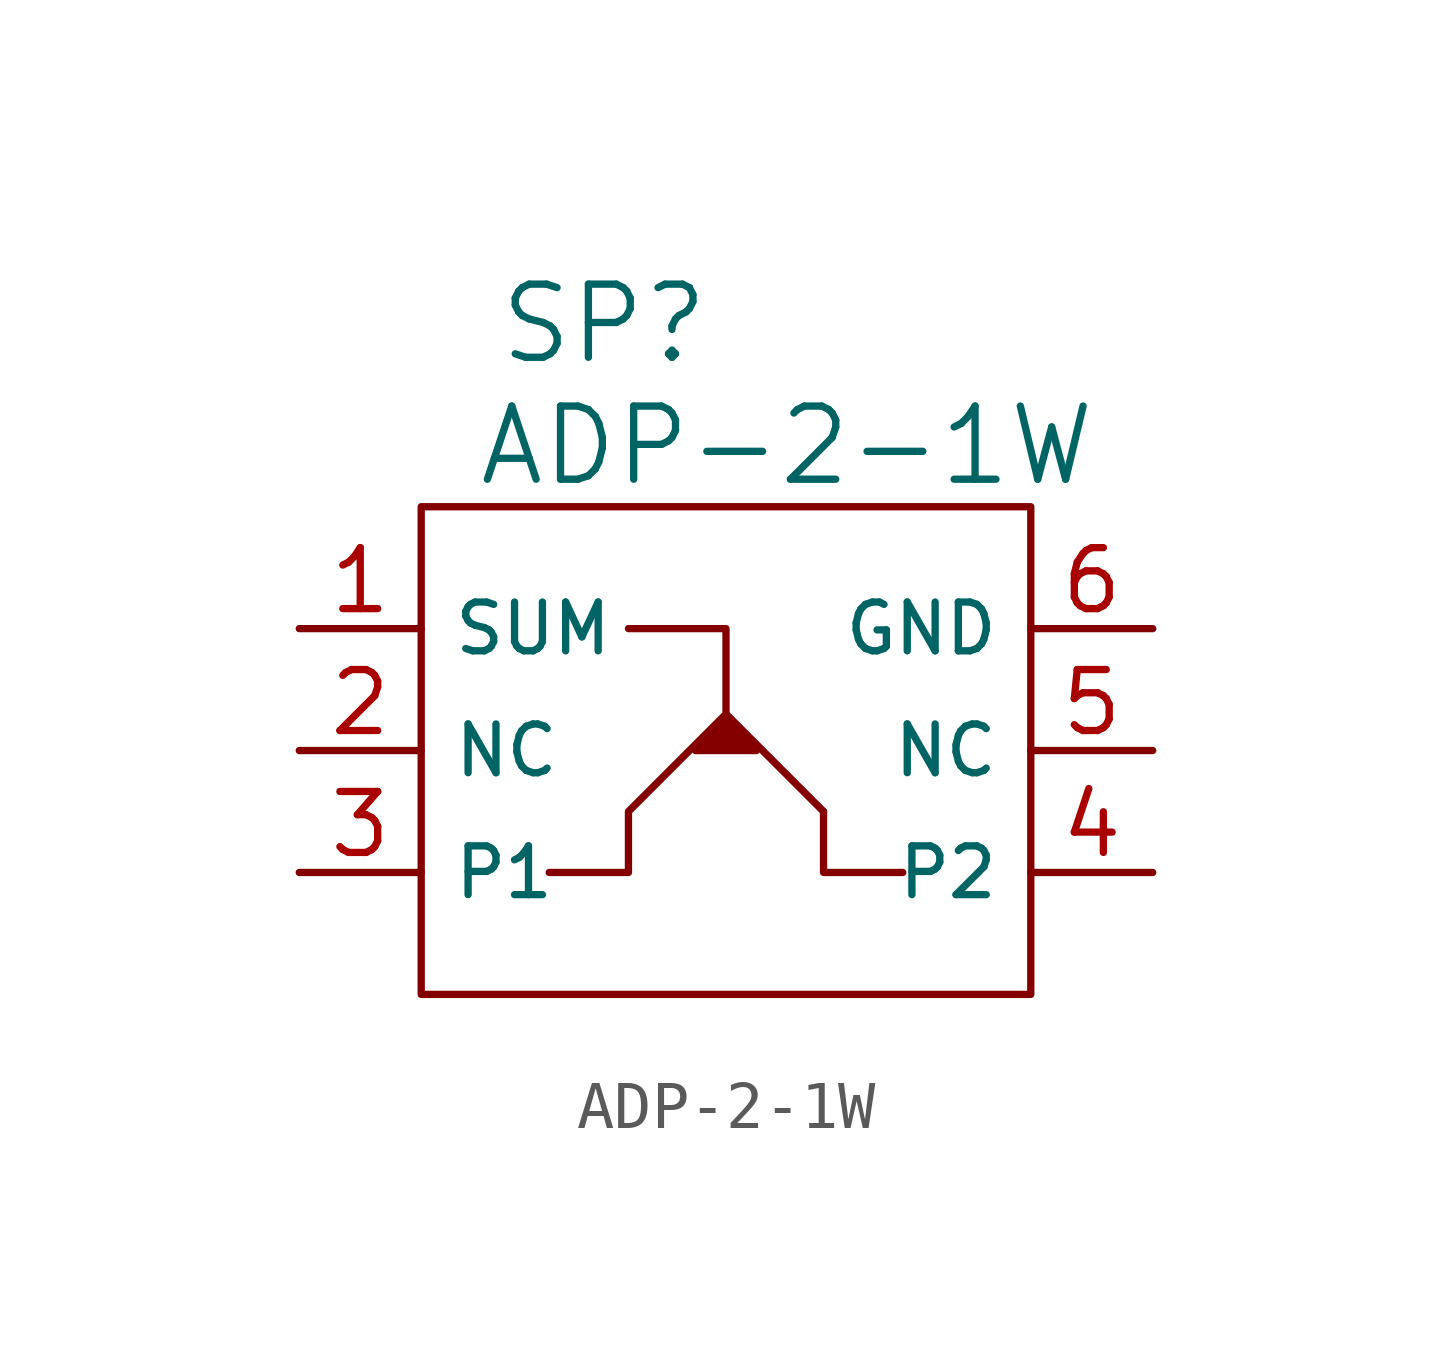
<source format=kicad_sym>
(kicad_symbol_lib
  (version 20231120)
  (generator "kicad_symbol_editor")
  (generator_version "8.0")
  (symbol "ADP-2-1W"
    (pin_names
      (offset 0.635))
    (property "Reference" "SP"
      (at -2.54 8.89 0)
      (effects (font (size 1.524 1.524))))
    (property "Value" "ADP-2-1W"
      (at 1.27 6.35 0)
      (effects (font (size 1.524 1.524))))
    (property "Footprint" ""
      (at 0 0 0)
      (effects (font (size 1.524 1.524))))
    (property "Datasheet" ""
      (at 0 0 0)
      (effects (font (size 1.524 1.524))))
    (symbol "ADP-2-1W_0_1"
      (rectangle (start -6.35 5.08) (end 6.35 -5.08) (stroke (width 0) (type default)) (fill (type none)))
      (polyline (pts (xy 0 0.762) (xy 2.032 -1.27)) (stroke (width 0) (type default)) (fill (type none)))
      (polyline (pts (xy 2.032 -1.27) (xy 2.032 -2.54) (xy 3.683 -2.54)) (stroke (width 0) (type default)) (fill (type none)))
      (polyline (pts (xy 0 0.635) (xy -0.635 0) (xy 0.635 0) (xy 0 0.635)) (stroke (width 0) (type default)) (fill (type outline)))
      (polyline (pts (xy -2.032 2.54) (xy 0 2.54) (xy 0 0.762) (xy -2.032 -1.27) (xy -2.032 -2.54) (xy -3.683 -2.54)) (stroke (width 0) (type default)) (fill (type none))))
    (symbol "ADP-2-1W_1_1"
      (pin input line (at -8.89 2.54 0) (length 2.54) (name "SUM" (effects (font (size 1.016 1.016)))) (number "1" (effects (font (size 1.27 1.27)))))
      (pin input line (at -8.89 0 0) (length 2.54) (name "NC" (effects (font (size 1.016 1.016)))) (number "2" (effects (font (size 1.27 1.27)))))
      (pin input line (at -8.89 -2.54 0) (length 2.54) (name "P1" (effects (font (size 1.016 1.016)))) (number "3" (effects (font (size 1.27 1.27)))))
      (pin input line (at 8.89 -2.54 180) (length 2.54) (name "P2" (effects (font (size 1.016 1.016)))) (number "4" (effects (font (size 1.27 1.27)))))
      (pin input line (at 8.89 0 180) (length 2.54) (name "NC" (effects (font (size 1.016 1.016)))) (number "5" (effects (font (size 1.27 1.27)))))
      (pin input line (at 8.89 2.54 180) (length 2.54) (name "GND" (effects (font (size 1.016 1.016)))) (number "6" (effects (font (size 1.27 1.27))))))))
</source>
